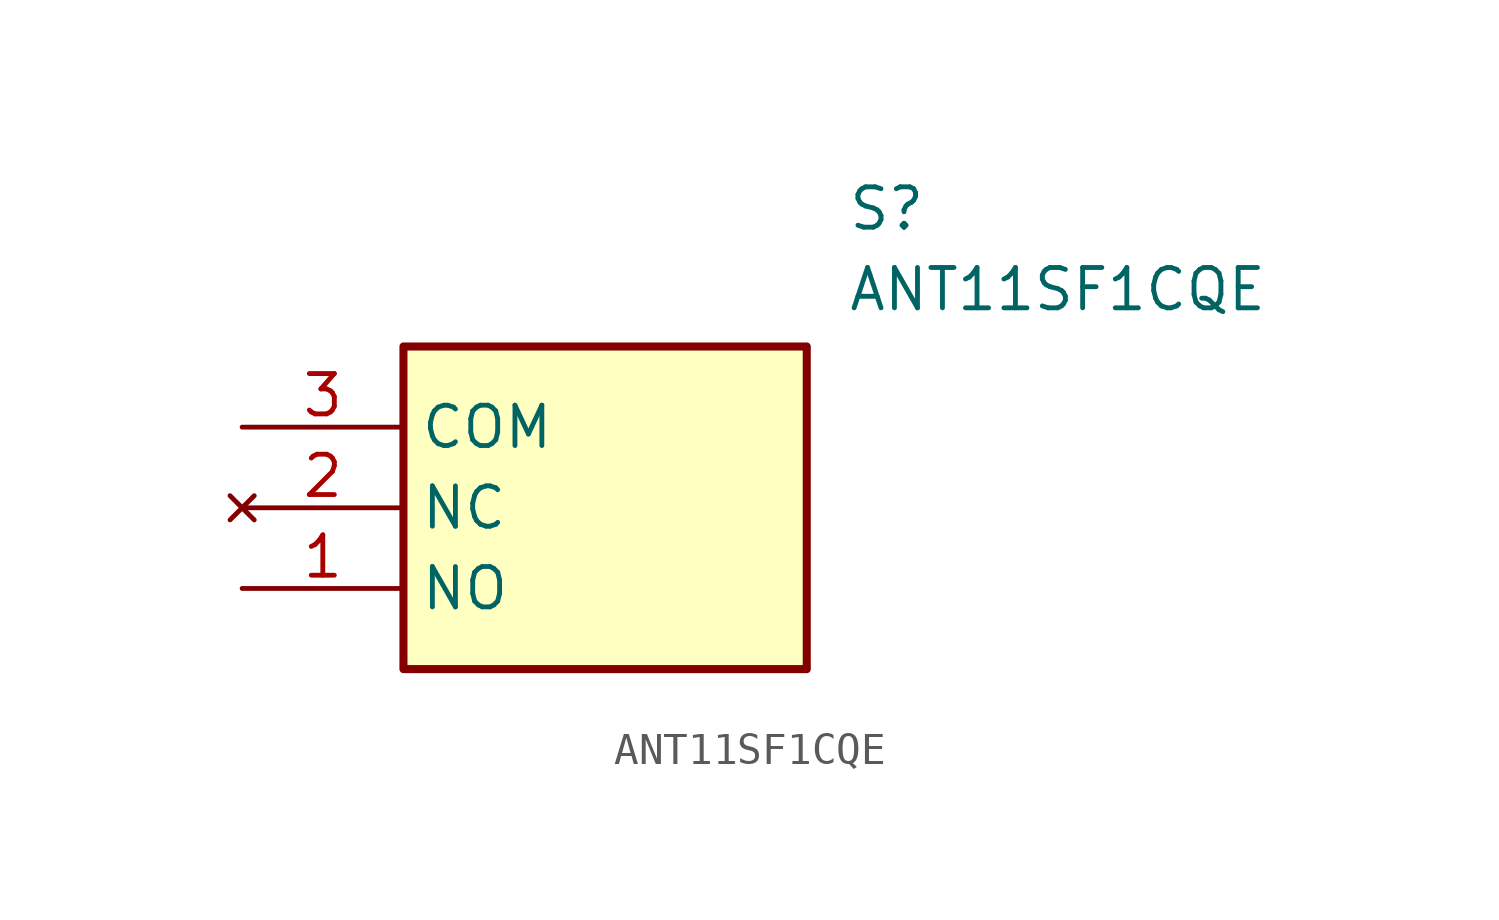
<source format=kicad_sym>
(kicad_symbol_lib
  (version 20211014)
  (generator SamacSys_ECAD_Model)
  (symbol "ANT11SF1CQE"
    (property "Reference" "S"
      (at 19.05 7.62 0)
      (effects (font (size 1.27 1.27)) (justify left top)))
    (property "Value" "ANT11SF1CQE"
      (at 19.05 5.08 0)
      (effects (font (size 1.27 1.27)) (justify left top)))
    (rectangle
      (start 5.08 2.54)
      (end 17.78 -7.62)
      (stroke (width 0.254) (type default))
      (fill (type background)))
    (pin passive line
      (at 0 -5.08 0)
      (length 5.08)
      (name "NO" (effects (font (size 1.27 1.27))))
      (number "1" (effects (font (size 1.27 1.27)))))
    (pin no_connect line
      (at 0 -2.54 0)
      (length 5.08)
      (name "NC" (effects (font (size 1.27 1.27))))
      (number "2" (effects (font (size 1.27 1.27)))))
    (pin passive line
      (at 0 0 0)
      (length 5.08)
      (name "COM" (effects (font (size 1.27 1.27))))
      (number "3" (effects (font (size 1.27 1.27)))))))
</source>
